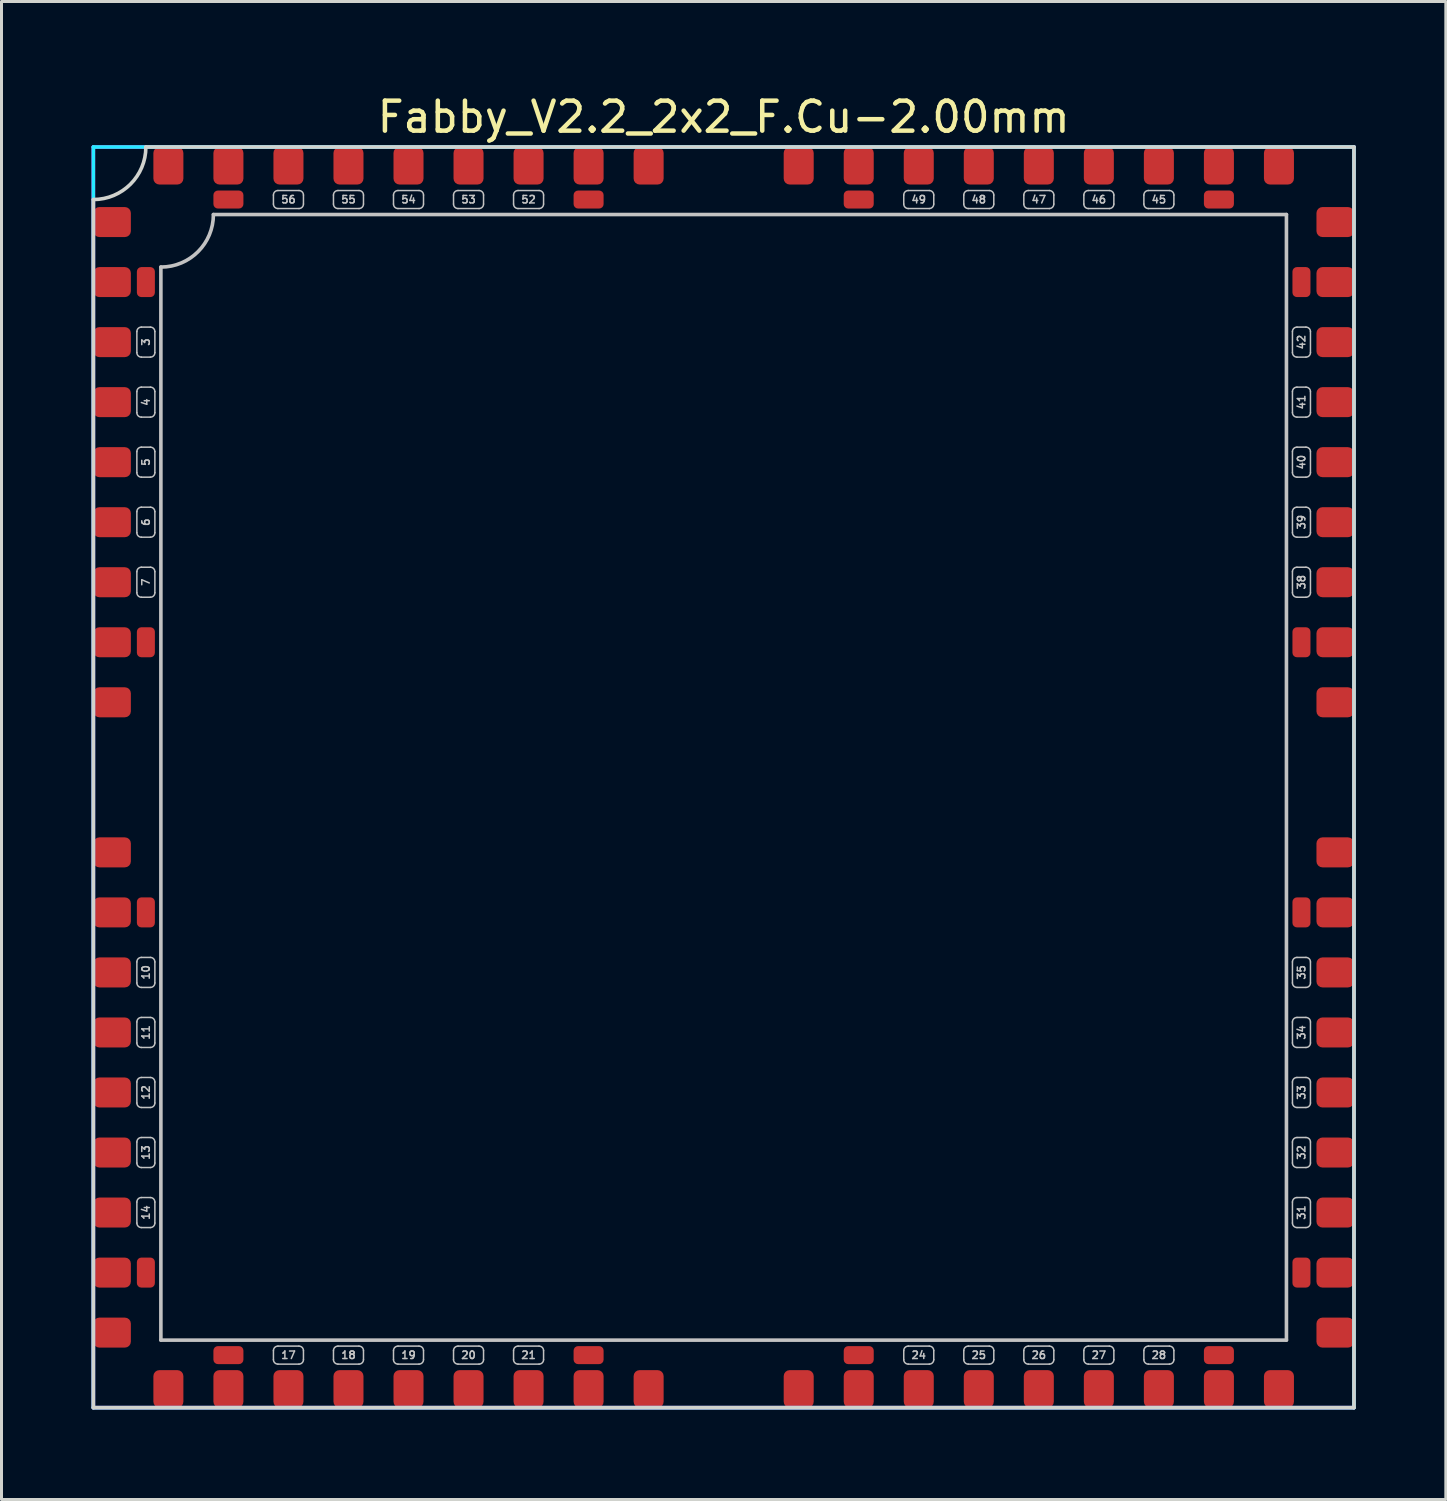
<source format=kicad_pcb>
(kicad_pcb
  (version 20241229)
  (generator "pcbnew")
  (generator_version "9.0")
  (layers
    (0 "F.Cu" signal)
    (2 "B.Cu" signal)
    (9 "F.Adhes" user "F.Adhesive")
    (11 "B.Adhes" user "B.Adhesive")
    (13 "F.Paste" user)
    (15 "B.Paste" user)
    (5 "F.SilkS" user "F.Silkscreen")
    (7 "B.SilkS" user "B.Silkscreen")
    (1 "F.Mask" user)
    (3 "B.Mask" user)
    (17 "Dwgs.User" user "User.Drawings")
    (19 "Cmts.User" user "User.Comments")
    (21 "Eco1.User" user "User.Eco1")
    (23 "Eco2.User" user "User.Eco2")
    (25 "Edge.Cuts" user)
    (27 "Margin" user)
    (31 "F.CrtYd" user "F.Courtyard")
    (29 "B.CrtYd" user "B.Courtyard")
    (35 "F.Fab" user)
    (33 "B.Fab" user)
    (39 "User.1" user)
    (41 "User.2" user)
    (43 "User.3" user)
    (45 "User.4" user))
  (footprint "Fabby_V2.2_2x2_F.Cu-2.00mm"
    (layer "F.Cu")
    (at 21.06 22.848)
    (property "Reference" "Fabby_V2.2_2x2_F.Cu-2.00mm" (at 0 -22 0) (layer "F.SilkS") (effects (font (size 1 1) (thickness 0.15))))
    (attr through_hole)
    (fp_line (start -19.55 -14.15) (end -19.55 -14.85) (stroke (width 0.05) (type solid)) (layer "Dwgs.User"))
    (fp_line (start -19.55 -12.15) (end -19.55 -12.85) (stroke (width 0.05) (type solid)) (layer "Dwgs.User"))
    (fp_line (start -19.55 -10.15) (end -19.55 -10.85) (stroke (width 0.05) (type solid)) (layer "Dwgs.User"))
    (fp_line (start -19.55 -8.15) (end -19.55 -8.85) (stroke (width 0.05) (type solid)) (layer "Dwgs.User"))
    (fp_line (start -19.55 -6.15) (end -19.55 -6.85) (stroke (width 0.05) (type solid)) (layer "Dwgs.User"))
    (fp_line (start -19.55 6.15) (end -19.55 6.85) (stroke (width 0.05) (type solid)) (layer "Dwgs.User"))
    (fp_line (start -19.55 8.15) (end -19.55 8.85) (stroke (width 0.05) (type solid)) (layer "Dwgs.User"))
    (fp_line (start -19.55 10.15) (end -19.55 10.85) (stroke (width 0.05) (type solid)) (layer "Dwgs.User"))
    (fp_line (start -19.55 12.15) (end -19.55 12.85) (stroke (width 0.05) (type solid)) (layer "Dwgs.User"))
    (fp_line (start -19.55 14.15) (end -19.55 14.85) (stroke (width 0.05) (type solid)) (layer "Dwgs.User"))
    (fp_line (start -19.4 -15) (end -19.1 -15) (stroke (width 0.05) (type solid)) (layer "Dwgs.User"))
    (fp_line (start -19.4 -14) (end -19.1 -14) (stroke (width 0.05) (type solid)) (layer "Dwgs.User"))
    (fp_line (start -19.4 -13) (end -19.1 -13) (stroke (width 0.05) (type solid)) (layer "Dwgs.User"))
    (fp_line (start -19.4 -12) (end -19.1 -12) (stroke (width 0.05) (type solid)) (layer "Dwgs.User"))
    (fp_line (start -19.4 -11) (end -19.1 -11) (stroke (width 0.05) (type solid)) (layer "Dwgs.User"))
    (fp_line (start -19.4 -10) (end -19.1 -10) (stroke (width 0.05) (type solid)) (layer "Dwgs.User"))
    (fp_line (start -19.4 -9) (end -19.1 -9) (stroke (width 0.05) (type solid)) (layer "Dwgs.User"))
    (fp_line (start -19.4 -8) (end -19.1 -8) (stroke (width 0.05) (type solid)) (layer "Dwgs.User"))
    (fp_line (start -19.4 -7) (end -19.1 -7) (stroke (width 0.05) (type solid)) (layer "Dwgs.User"))
    (fp_line (start -19.4 -6) (end -19.1 -6) (stroke (width 0.05) (type solid)) (layer "Dwgs.User"))
    (fp_line (start -19.1 6) (end -19.4 6) (stroke (width 0.05) (type solid)) (layer "Dwgs.User"))
    (fp_line (start -19.1 7) (end -19.4 7) (stroke (width 0.05) (type solid)) (layer "Dwgs.User"))
    (fp_line (start -19.1 8) (end -19.4 8) (stroke (width 0.05) (type solid)) (layer "Dwgs.User"))
    (fp_line (start -19.1 9) (end -19.4 9) (stroke (width 0.05) (type solid)) (layer "Dwgs.User"))
    (fp_line (start -19.1 10) (end -19.4 10) (stroke (width 0.05) (type solid)) (layer "Dwgs.User"))
    (fp_line (start -19.1 11) (end -19.4 11) (stroke (width 0.05) (type solid)) (layer "Dwgs.User"))
    (fp_line (start -19.1 12) (end -19.4 12) (stroke (width 0.05) (type solid)) (layer "Dwgs.User"))
    (fp_line (start -19.1 13) (end -19.4 13) (stroke (width 0.05) (type solid)) (layer "Dwgs.User"))
    (fp_line (start -19.1 14) (end -19.4 14) (stroke (width 0.05) (type solid)) (layer "Dwgs.User"))
    (fp_line (start -19.1 15) (end -19.4 15) (stroke (width 0.05) (type solid)) (layer "Dwgs.User"))
    (fp_line (start -18.95 -14.15) (end -18.95 -14.85) (stroke (width 0.05) (type solid)) (layer "Dwgs.User"))
    (fp_line (start -18.95 -12.15) (end -18.95 -12.85) (stroke (width 0.05) (type solid)) (layer "Dwgs.User"))
    (fp_line (start -18.95 -10.15) (end -18.95 -10.85) (stroke (width 0.05) (type solid)) (layer "Dwgs.User"))
    (fp_line (start -18.95 -8.15) (end -18.95 -8.85) (stroke (width 0.05) (type solid)) (layer "Dwgs.User"))
    (fp_line (start -18.95 -6.15) (end -18.95 -6.85) (stroke (width 0.05) (type solid)) (layer "Dwgs.User"))
    (fp_line (start -18.95 6.15) (end -18.95 6.85) (stroke (width 0.05) (type solid)) (layer "Dwgs.User"))
    (fp_line (start -18.95 8.15) (end -18.95 8.85) (stroke (width 0.05) (type solid)) (layer "Dwgs.User"))
    (fp_line (start -18.95 10.15) (end -18.95 10.85) (stroke (width 0.05) (type solid)) (layer "Dwgs.User"))
    (fp_line (start -18.95 12.15) (end -18.95 12.85) (stroke (width 0.05) (type solid)) (layer "Dwgs.User"))
    (fp_line (start -18.95 14.15) (end -18.95 14.85) (stroke (width 0.05) (type solid)) (layer "Dwgs.User"))
    (fp_line (start -18.75 18.75) (end -18.75 -17) (stroke (width 0.12) (type solid)) (layer "Dwgs.User"))
    (fp_line (start -17 -18.75) (end 18.75 -18.75) (stroke (width 0.12) (type solid)) (layer "Dwgs.User"))
    (fp_line (start -15 -19.1) (end -15 -19.4) (stroke (width 0.05) (type solid)) (layer "Dwgs.User"))
    (fp_line (start -15 19.4) (end -15 19.1) (stroke (width 0.05) (type solid)) (layer "Dwgs.User"))
    (fp_line (start -14.15 -19.55) (end -14.85 -19.55) (stroke (width 0.05) (type solid)) (layer "Dwgs.User"))
    (fp_line (start -14.15 -18.95) (end -14.85 -18.95) (stroke (width 0.05) (type solid)) (layer "Dwgs.User"))
    (fp_line (start -14.15 18.95) (end -14.85 18.95) (stroke (width 0.05) (type solid)) (layer "Dwgs.User"))
    (fp_line (start -14.15 19.55) (end -14.85 19.55) (stroke (width 0.05) (type solid)) (layer "Dwgs.User"))
    (fp_line (start -14 -19.1) (end -14 -19.4) (stroke (width 0.05) (type solid)) (layer "Dwgs.User"))
    (fp_line (start -14 19.4) (end -14 19.1) (stroke (width 0.05) (type solid)) (layer "Dwgs.User"))
    (fp_line (start -13 -19.1) (end -13 -19.4) (stroke (width 0.05) (type solid)) (layer "Dwgs.User"))
    (fp_line (start -13 19.4) (end -13 19.1) (stroke (width 0.05) (type solid)) (layer "Dwgs.User"))
    (fp_line (start -12.15 -19.55) (end -12.85 -19.55) (stroke (width 0.05) (type solid)) (layer "Dwgs.User"))
    (fp_line (start -12.15 -18.95) (end -12.85 -18.95) (stroke (width 0.05) (type solid)) (layer "Dwgs.User"))
    (fp_line (start -12.15 18.95) (end -12.85 18.95) (stroke (width 0.05) (type solid)) (layer "Dwgs.User"))
    (fp_line (start -12.15 19.55) (end -12.85 19.55) (stroke (width 0.05) (type solid)) (layer "Dwgs.User"))
    (fp_line (start -12 -19.1) (end -12 -19.4) (stroke (width 0.05) (type solid)) (layer "Dwgs.User"))
    (fp_line (start -12 19.4) (end -12 19.1) (stroke (width 0.05) (type solid)) (layer "Dwgs.User"))
    (fp_line (start -11 -19.1) (end -11 -19.4) (stroke (width 0.05) (type solid)) (layer "Dwgs.User"))
    (fp_line (start -11 19.4) (end -11 19.1) (stroke (width 0.05) (type solid)) (layer "Dwgs.User"))
    (fp_line (start -10.15 -19.55) (end -10.85 -19.55) (stroke (width 0.05) (type solid)) (layer "Dwgs.User"))
    (fp_line (start -10.15 -18.95) (end -10.85 -18.95) (stroke (width 0.05) (type solid)) (layer "Dwgs.User"))
    (fp_line (start -10.15 18.95) (end -10.85 18.95) (stroke (width 0.05) (type solid)) (layer "Dwgs.User"))
    (fp_line (start -10.15 19.55) (end -10.85 19.55) (stroke (width 0.05) (type solid)) (layer "Dwgs.User"))
    (fp_line (start -10 -19.1) (end -10 -19.4) (stroke (width 0.05) (type solid)) (layer "Dwgs.User"))
    (fp_line (start -10 19.4) (end -10 19.1) (stroke (width 0.05) (type solid)) (layer "Dwgs.User"))
    (fp_line (start -9 -19.1) (end -9 -19.4) (stroke (width 0.05) (type solid)) (layer "Dwgs.User"))
    (fp_line (start -9 19.4) (end -9 19.1) (stroke (width 0.05) (type solid)) (layer "Dwgs.User"))
    (fp_line (start -8.15 -19.55) (end -8.85 -19.55) (stroke (width 0.05) (type solid)) (layer "Dwgs.User"))
    (fp_line (start -8.15 -18.95) (end -8.85 -18.95) (stroke (width 0.05) (type solid)) (layer "Dwgs.User"))
    (fp_line (start -8.15 18.95) (end -8.85 18.95) (stroke (width 0.05) (type solid)) (layer "Dwgs.User"))
    (fp_line (start -8.15 19.55) (end -8.85 19.55) (stroke (width 0.05) (type solid)) (layer "Dwgs.User"))
    (fp_line (start -8 -19.1) (end -8 -19.4) (stroke (width 0.05) (type solid)) (layer "Dwgs.User"))
    (fp_line (start -8 19.4) (end -8 19.1) (stroke (width 0.05) (type solid)) (layer "Dwgs.User"))
    (fp_line (start -7 -19.1) (end -7 -19.4) (stroke (width 0.05) (type solid)) (layer "Dwgs.User"))
    (fp_line (start -7 19.4) (end -7 19.1) (stroke (width 0.05) (type solid)) (layer "Dwgs.User"))
    (fp_line (start -6.15 -19.55) (end -6.85 -19.55) (stroke (width 0.05) (type solid)) (layer "Dwgs.User"))
    (fp_line (start -6.15 -18.95) (end -6.85 -18.95) (stroke (width 0.05) (type solid)) (layer "Dwgs.User"))
    (fp_line (start -6.15 18.95) (end -6.85 18.95) (stroke (width 0.05) (type solid)) (layer "Dwgs.User"))
    (fp_line (start -6.15 19.55) (end -6.85 19.55) (stroke (width 0.05) (type solid)) (layer "Dwgs.User"))
    (fp_line (start -6 -19.1) (end -6 -19.4) (stroke (width 0.05) (type solid)) (layer "Dwgs.User"))
    (fp_line (start -6 19.4) (end -6 19.1) (stroke (width 0.05) (type solid)) (layer "Dwgs.User"))
    (fp_line (start 6 -19.1) (end 6 -19.4) (stroke (width 0.05) (type solid)) (layer "Dwgs.User"))
    (fp_line (start 6 19.4) (end 6 19.1) (stroke (width 0.05) (type solid)) (layer "Dwgs.User"))
    (fp_line (start 6.85 -19.55) (end 6.15 -19.55) (stroke (width 0.05) (type solid)) (layer "Dwgs.User"))
    (fp_line (start 6.85 -18.95) (end 6.15 -18.95) (stroke (width 0.05) (type solid)) (layer "Dwgs.User"))
    (fp_line (start 6.85 18.95) (end 6.15 18.95) (stroke (width 0.05) (type solid)) (layer "Dwgs.User"))
    (fp_line (start 6.85 19.55) (end 6.15 19.55) (stroke (width 0.05) (type solid)) (layer "Dwgs.User"))
    (fp_line (start 7 -19.1) (end 7 -19.4) (stroke (width 0.05) (type solid)) (layer "Dwgs.User"))
    (fp_line (start 7 19.4) (end 7 19.1) (stroke (width 0.05) (type solid)) (layer "Dwgs.User"))
    (fp_line (start 8 -19.1) (end 8 -19.4) (stroke (width 0.05) (type solid)) (layer "Dwgs.User"))
    (fp_line (start 8 19.4) (end 8 19.1) (stroke (width 0.05) (type solid)) (layer "Dwgs.User"))
    (fp_line (start 8.85 -19.55) (end 8.15 -19.55) (stroke (width 0.05) (type solid)) (layer "Dwgs.User"))
    (fp_line (start 8.85 -18.95) (end 8.15 -18.95) (stroke (width 0.05) (type solid)) (layer "Dwgs.User"))
    (fp_line (start 8.85 18.95) (end 8.15 18.95) (stroke (width 0.05) (type solid)) (layer "Dwgs.User"))
    (fp_line (start 8.85 19.55) (end 8.15 19.55) (stroke (width 0.05) (type solid)) (layer "Dwgs.User"))
    (fp_line (start 9 -19.1) (end 9 -19.4) (stroke (width 0.05) (type solid)) (layer "Dwgs.User"))
    (fp_line (start 9 19.4) (end 9 19.1) (stroke (width 0.05) (type solid)) (layer "Dwgs.User"))
    (fp_line (start 10 -19.1) (end 10 -19.4) (stroke (width 0.05) (type solid)) (layer "Dwgs.User"))
    (fp_line (start 10 19.4) (end 10 19.1) (stroke (width 0.05) (type solid)) (layer "Dwgs.User"))
    (fp_line (start 10.85 -19.55) (end 10.15 -19.55) (stroke (width 0.05) (type solid)) (layer "Dwgs.User"))
    (fp_line (start 10.85 -18.95) (end 10.15 -18.95) (stroke (width 0.05) (type solid)) (layer "Dwgs.User"))
    (fp_line (start 10.85 18.95) (end 10.15 18.95) (stroke (width 0.05) (type solid)) (layer "Dwgs.User"))
    (fp_line (start 10.85 19.55) (end 10.15 19.55) (stroke (width 0.05) (type solid)) (layer "Dwgs.User"))
    (fp_line (start 11 -19.1) (end 11 -19.4) (stroke (width 0.05) (type solid)) (layer "Dwgs.User"))
    (fp_line (start 11 19.4) (end 11 19.1) (stroke (width 0.05) (type solid)) (layer "Dwgs.User"))
    (fp_line (start 12 -19.1) (end 12 -19.4) (stroke (width 0.05) (type solid)) (layer "Dwgs.User"))
    (fp_line (start 12 19.4) (end 12 19.1) (stroke (width 0.05) (type solid)) (layer "Dwgs.User"))
    (fp_line (start 12.85 -19.55) (end 12.15 -19.55) (stroke (width 0.05) (type solid)) (layer "Dwgs.User"))
    (fp_line (start 12.85 -18.95) (end 12.15 -18.95) (stroke (width 0.05) (type solid)) (layer "Dwgs.User"))
    (fp_line (start 12.85 18.95) (end 12.15 18.95) (stroke (width 0.05) (type solid)) (layer "Dwgs.User"))
    (fp_line (start 12.85 19.55) (end 12.15 19.55) (stroke (width 0.05) (type solid)) (layer "Dwgs.User"))
    (fp_line (start 13 -19.1) (end 13 -19.4) (stroke (width 0.05) (type solid)) (layer "Dwgs.User"))
    (fp_line (start 13 19.4) (end 13 19.1) (stroke (width 0.05) (type solid)) (layer "Dwgs.User"))
    (fp_line (start 14 -19.1) (end 14 -19.4) (stroke (width 0.05) (type solid)) (layer "Dwgs.User"))
    (fp_line (start 14 19.4) (end 14 19.1) (stroke (width 0.05) (type solid)) (layer "Dwgs.User"))
    (fp_line (start 14.85 -19.55) (end 14.15 -19.55) (stroke (width 0.05) (type solid)) (layer "Dwgs.User"))
    (fp_line (start 14.85 -18.95) (end 14.15 -18.95) (stroke (width 0.05) (type solid)) (layer "Dwgs.User"))
    (fp_line (start 14.85 18.95) (end 14.15 18.95) (stroke (width 0.05) (type solid)) (layer "Dwgs.User"))
    (fp_line (start 14.85 19.55) (end 14.15 19.55) (stroke (width 0.05) (type solid)) (layer "Dwgs.User"))
    (fp_line (start 15 -19.1) (end 15 -19.4) (stroke (width 0.05) (type solid)) (layer "Dwgs.User"))
    (fp_line (start 15 19.4) (end 15 19.1) (stroke (width 0.05) (type solid)) (layer "Dwgs.User"))
    (fp_line (start 18.75 -18.75) (end 18.75 18.75) (stroke (width 0.12) (type solid)) (layer "Dwgs.User"))
    (fp_line (start 18.75 18.75) (end -18.75 18.75) (stroke (width 0.12) (type solid)) (layer "Dwgs.User"))
    (fp_line (start 18.95 -14.85) (end 18.95 -14.15) (stroke (width 0.05) (type solid)) (layer "Dwgs.User"))
    (fp_line (start 18.95 -12.85) (end 18.95 -12.15) (stroke (width 0.05) (type solid)) (layer "Dwgs.User"))
    (fp_line (start 18.95 -10.85) (end 18.95 -10.15) (stroke (width 0.05) (type solid)) (layer "Dwgs.User"))
    (fp_line (start 18.95 -8.85) (end 18.95 -8.15) (stroke (width 0.05) (type solid)) (layer "Dwgs.User"))
    (fp_line (start 18.95 -6.85) (end 18.95 -6.15) (stroke (width 0.05) (type solid)) (layer "Dwgs.User"))
    (fp_line (start 18.95 6.85) (end 18.95 6.15) (stroke (width 0.05) (type solid)) (layer "Dwgs.User"))
    (fp_line (start 18.95 8.85) (end 18.95 8.15) (stroke (width 0.05) (type solid)) (layer "Dwgs.User"))
    (fp_line (start 18.95 10.85) (end 18.95 10.15) (stroke (width 0.05) (type solid)) (layer "Dwgs.User"))
    (fp_line (start 18.95 12.85) (end 18.95 12.15) (stroke (width 0.05) (type solid)) (layer "Dwgs.User"))
    (fp_line (start 18.95 14.85) (end 18.95 14.15) (stroke (width 0.05) (type solid)) (layer "Dwgs.User"))
    (fp_line (start 19.1 6) (end 19.4 6) (stroke (width 0.05) (type solid)) (layer "Dwgs.User"))
    (fp_line (start 19.1 7) (end 19.4 7) (stroke (width 0.05) (type solid)) (layer "Dwgs.User"))
    (fp_line (start 19.1 8) (end 19.4 8) (stroke (width 0.05) (type solid)) (layer "Dwgs.User"))
    (fp_line (start 19.1 9) (end 19.4 9) (stroke (width 0.05) (type solid)) (layer "Dwgs.User"))
    (fp_line (start 19.1 10) (end 19.4 10) (stroke (width 0.05) (type solid)) (layer "Dwgs.User"))
    (fp_line (start 19.1 11) (end 19.4 11) (stroke (width 0.05) (type solid)) (layer "Dwgs.User"))
    (fp_line (start 19.1 12) (end 19.4 12) (stroke (width 0.05) (type solid)) (layer "Dwgs.User"))
    (fp_line (start 19.1 13) (end 19.4 13) (stroke (width 0.05) (type solid)) (layer "Dwgs.User"))
    (fp_line (start 19.1 14) (end 19.4 14) (stroke (width 0.05) (type solid)) (layer "Dwgs.User"))
    (fp_line (start 19.1 15) (end 19.4 15) (stroke (width 0.05) (type solid)) (layer "Dwgs.User"))
    (fp_line (start 19.4 -15) (end 19.1 -15) (stroke (width 0.05) (type solid)) (layer "Dwgs.User"))
    (fp_line (start 19.4 -14) (end 19.1 -14) (stroke (width 0.05) (type solid)) (layer "Dwgs.User"))
    (fp_line (start 19.4 -13) (end 19.1 -13) (stroke (width 0.05) (type solid)) (layer "Dwgs.User"))
    (fp_line (start 19.4 -12) (end 19.1 -12) (stroke (width 0.05) (type solid)) (layer "Dwgs.User"))
    (fp_line (start 19.4 -11) (end 19.1 -11) (stroke (width 0.05) (type solid)) (layer "Dwgs.User"))
    (fp_line (start 19.4 -10) (end 19.1 -10) (stroke (width 0.05) (type solid)) (layer "Dwgs.User"))
    (fp_line (start 19.4 -9) (end 19.1 -9) (stroke (width 0.05) (type solid)) (layer "Dwgs.User"))
    (fp_line (start 19.4 -8) (end 19.1 -8) (stroke (width 0.05) (type solid)) (layer "Dwgs.User"))
    (fp_line (start 19.4 -7) (end 19.1 -7) (stroke (width 0.05) (type solid)) (layer "Dwgs.User"))
    (fp_line (start 19.4 -6) (end 19.1 -6) (stroke (width 0.05) (type solid)) (layer "Dwgs.User"))
    (fp_line (start 19.55 -14.85) (end 19.55 -14.15) (stroke (width 0.05) (type solid)) (layer "Dwgs.User"))
    (fp_line (start 19.55 -12.85) (end 19.55 -12.15) (stroke (width 0.05) (type solid)) (layer "Dwgs.User"))
    (fp_line (start 19.55 -10.85) (end 19.55 -10.15) (stroke (width 0.05) (type solid)) (layer "Dwgs.User"))
    (fp_line (start 19.55 -8.85) (end 19.55 -8.15) (stroke (width 0.05) (type solid)) (layer "Dwgs.User"))
    (fp_line (start 19.55 -6.85) (end 19.55 -6.15) (stroke (width 0.05) (type solid)) (layer "Dwgs.User"))
    (fp_line (start 19.55 6.85) (end 19.55 6.15) (stroke (width 0.05) (type solid)) (layer "Dwgs.User"))
    (fp_line (start 19.55 8.85) (end 19.55 8.15) (stroke (width 0.05) (type solid)) (layer "Dwgs.User"))
    (fp_line (start 19.55 10.85) (end 19.55 10.15) (stroke (width 0.05) (type solid)) (layer "Dwgs.User"))
    (fp_line (start 19.55 12.85) (end 19.55 12.15) (stroke (width 0.05) (type solid)) (layer "Dwgs.User"))
    (fp_line (start 19.55 14.85) (end 19.55 14.15) (stroke (width 0.05) (type solid)) (layer "Dwgs.User"))
    (fp_arc (start -19.55 -14.85) (mid -19.506066 -14.956066) (end -19.4 -15) (stroke (width 0.05) (type solid)) (layer "Dwgs.User"))
    (fp_arc (start -19.55 -12.85) (mid -19.506066 -12.956066) (end -19.4 -13) (stroke (width 0.05) (type solid)) (layer "Dwgs.User"))
    (fp_arc (start -19.55 -10.85) (mid -19.506066 -10.956066) (end -19.4 -11) (stroke (width 0.05) (type solid)) (layer "Dwgs.User"))
    (fp_arc (start -19.55 -8.85) (mid -19.506066 -8.956066) (end -19.4 -9) (stroke (width 0.05) (type solid)) (layer "Dwgs.User"))
    (fp_arc (start -19.55 -6.85) (mid -19.506066 -6.956066) (end -19.4 -7) (stroke (width 0.05) (type solid)) (layer "Dwgs.User"))
    (fp_arc (start -19.55 6.15) (mid -19.506066 6.043934) (end -19.4 6) (stroke (width 0.05) (type solid)) (layer "Dwgs.User"))
    (fp_arc (start -19.55 8.15) (mid -19.506066 8.043934) (end -19.4 8) (stroke (width 0.05) (type solid)) (layer "Dwgs.User"))
    (fp_arc (start -19.55 10.15) (mid -19.506066 10.043934) (end -19.4 10) (stroke (width 0.05) (type solid)) (layer "Dwgs.User"))
    (fp_arc (start -19.55 12.15) (mid -19.506066 12.043934) (end -19.4 12) (stroke (width 0.05) (type solid)) (layer "Dwgs.User"))
    (fp_arc (start -19.55 14.15) (mid -19.506066 14.043934) (end -19.4 14) (stroke (width 0.05) (type solid)) (layer "Dwgs.User"))
    (fp_arc (start -19.4 -14) (mid -19.506066 -14.043934) (end -19.55 -14.15) (stroke (width 0.05) (type solid)) (layer "Dwgs.User"))
    (fp_arc (start -19.4 -12) (mid -19.506066 -12.043934) (end -19.55 -12.15) (stroke (width 0.05) (type solid)) (layer "Dwgs.User"))
    (fp_arc (start -19.4 -10) (mid -19.506066 -10.043934) (end -19.55 -10.15) (stroke (width 0.05) (type solid)) (layer "Dwgs.User"))
    (fp_arc (start -19.4 -8) (mid -19.506066 -8.043934) (end -19.55 -8.15) (stroke (width 0.05) (type solid)) (layer "Dwgs.User"))
    (fp_arc (start -19.4 -6) (mid -19.506066 -6.043934) (end -19.55 -6.15) (stroke (width 0.05) (type solid)) (layer "Dwgs.User"))
    (fp_arc (start -19.4 7) (mid -19.506066 6.956066) (end -19.55 6.85) (stroke (width 0.05) (type solid)) (layer "Dwgs.User"))
    (fp_arc (start -19.4 9) (mid -19.506066 8.956066) (end -19.55 8.85) (stroke (width 0.05) (type solid)) (layer "Dwgs.User"))
    (fp_arc (start -19.4 11) (mid -19.506066 10.956066) (end -19.55 10.85) (stroke (width 0.05) (type solid)) (layer "Dwgs.User"))
    (fp_arc (start -19.4 13) (mid -19.506066 12.956066) (end -19.55 12.85) (stroke (width 0.05) (type solid)) (layer "Dwgs.User"))
    (fp_arc (start -19.4 15) (mid -19.506066 14.956066) (end -19.55 14.85) (stroke (width 0.05) (type solid)) (layer "Dwgs.User"))
    (fp_arc (start -19.1 -15) (mid -18.993934 -14.956066) (end -18.95 -14.85) (stroke (width 0.05) (type solid)) (layer "Dwgs.User"))
    (fp_arc (start -19.1 -13) (mid -18.993934 -12.956066) (end -18.95 -12.85) (stroke (width 0.05) (type solid)) (layer "Dwgs.User"))
    (fp_arc (start -19.1 -11) (mid -18.993934 -10.956066) (end -18.95 -10.85) (stroke (width 0.05) (type solid)) (layer "Dwgs.User"))
    (fp_arc (start -19.1 -9) (mid -18.993934 -8.956066) (end -18.95 -8.85) (stroke (width 0.05) (type solid)) (layer "Dwgs.User"))
    (fp_arc (start -19.1 -7) (mid -18.993934 -6.956066) (end -18.95 -6.85) (stroke (width 0.05) (type solid)) (layer "Dwgs.User"))
    (fp_arc (start -19.1 6) (mid -18.993934 6.043934) (end -18.95 6.15) (stroke (width 0.05) (type solid)) (layer "Dwgs.User"))
    (fp_arc (start -19.1 8) (mid -18.993934 8.043934) (end -18.95 8.15) (stroke (width 0.05) (type solid)) (layer "Dwgs.User"))
    (fp_arc (start -19.1 10) (mid -18.993934 10.043934) (end -18.95 10.15) (stroke (width 0.05) (type solid)) (layer "Dwgs.User"))
    (fp_arc (start -19.1 12) (mid -18.993934 12.043934) (end -18.95 12.15) (stroke (width 0.05) (type solid)) (layer "Dwgs.User"))
    (fp_arc (start -19.1 14) (mid -18.993934 14.043934) (end -18.95 14.15) (stroke (width 0.05) (type solid)) (layer "Dwgs.User"))
    (fp_arc (start -18.95 -14.15) (mid -18.993934 -14.043934) (end -19.1 -14) (stroke (width 0.05) (type solid)) (layer "Dwgs.User"))
    (fp_arc (start -18.95 -12.15) (mid -18.993934 -12.043934) (end -19.1 -12) (stroke (width 0.05) (type solid)) (layer "Dwgs.User"))
    (fp_arc (start -18.95 -10.15) (mid -18.993934 -10.043934) (end -19.1 -10) (stroke (width 0.05) (type solid)) (layer "Dwgs.User"))
    (fp_arc (start -18.95 -8.15) (mid -18.993934 -8.043934) (end -19.1 -8) (stroke (width 0.05) (type solid)) (layer "Dwgs.User"))
    (fp_arc (start -18.95 -6.15) (mid -18.993934 -6.043934) (end -19.1 -6) (stroke (width 0.05) (type solid)) (layer "Dwgs.User"))
    (fp_arc (start -18.95 6.85) (mid -18.993934 6.956066) (end -19.1 7) (stroke (width 0.05) (type solid)) (layer "Dwgs.User"))
    (fp_arc (start -18.95 8.85) (mid -18.993934 8.956066) (end -19.1 9) (stroke (width 0.05) (type solid)) (layer "Dwgs.User"))
    (fp_arc (start -18.95 10.85) (mid -18.993934 10.956066) (end -19.1 11) (stroke (width 0.05) (type solid)) (layer "Dwgs.User"))
    (fp_arc (start -18.95 12.85) (mid -18.993934 12.956066) (end -19.1 13) (stroke (width 0.05) (type solid)) (layer "Dwgs.User"))
    (fp_arc (start -18.95 14.85) (mid -18.993934 14.956066) (end -19.1 15) (stroke (width 0.05) (type solid)) (layer "Dwgs.User"))
    (fp_arc (start -17 -18.75) (mid -17.512563 -17.512563) (end -18.75 -17) (stroke (width 0.12) (type solid)) (layer "Dwgs.User"))
    (fp_arc (start -15 -19.4) (mid -14.956066 -19.506066) (end -14.85 -19.55) (stroke (width 0.05) (type solid)) (layer "Dwgs.User"))
    (fp_arc (start -15 19.1) (mid -14.956066 18.993934) (end -14.85 18.95) (stroke (width 0.05) (type solid)) (layer "Dwgs.User"))
    (fp_arc (start -14.85 -18.95) (mid -14.956066 -18.993934) (end -15 -19.1) (stroke (width 0.05) (type solid)) (layer "Dwgs.User"))
    (fp_arc (start -14.85 19.55) (mid -14.956066 19.506066) (end -15 19.4) (stroke (width 0.05) (type solid)) (layer "Dwgs.User"))
    (fp_arc (start -14.15 -19.55) (mid -14.043934 -19.506066) (end -14 -19.4) (stroke (width 0.05) (type solid)) (layer "Dwgs.User"))
    (fp_arc (start -14.15 18.95) (mid -14.043934 18.993934) (end -14 19.1) (stroke (width 0.05) (type solid)) (layer "Dwgs.User"))
    (fp_arc (start -14 -19.1) (mid -14.043934 -18.993934) (end -14.15 -18.95) (stroke (width 0.05) (type solid)) (layer "Dwgs.User"))
    (fp_arc (start -14 19.4) (mid -14.043934 19.506066) (end -14.15 19.55) (stroke (width 0.05) (type solid)) (layer "Dwgs.User"))
    (fp_arc (start -13 -19.4) (mid -12.956066 -19.506066) (end -12.85 -19.55) (stroke (width 0.05) (type solid)) (layer "Dwgs.User"))
    (fp_arc (start -13 19.1) (mid -12.956066 18.993934) (end -12.85 18.95) (stroke (width 0.05) (type solid)) (layer "Dwgs.User"))
    (fp_arc (start -12.85 -18.95) (mid -12.956066 -18.993934) (end -13 -19.1) (stroke (width 0.05) (type solid)) (layer "Dwgs.User"))
    (fp_arc (start -12.85 19.55) (mid -12.956066 19.506066) (end -13 19.4) (stroke (width 0.05) (type solid)) (layer "Dwgs.User"))
    (fp_arc (start -12.15 -19.55) (mid -12.043934 -19.506066) (end -12 -19.4) (stroke (width 0.05) (type solid)) (layer "Dwgs.User"))
    (fp_arc (start -12.15 18.95) (mid -12.043934 18.993934) (end -12 19.1) (stroke (width 0.05) (type solid)) (layer "Dwgs.User"))
    (fp_arc (start -12 -19.1) (mid -12.043934 -18.993934) (end -12.15 -18.95) (stroke (width 0.05) (type solid)) (layer "Dwgs.User"))
    (fp_arc (start -12 19.4) (mid -12.043934 19.506066) (end -12.15 19.55) (stroke (width 0.05) (type solid)) (layer "Dwgs.User"))
    (fp_arc (start -11 -19.4) (mid -10.956066 -19.506066) (end -10.85 -19.55) (stroke (width 0.05) (type solid)) (layer "Dwgs.User"))
    (fp_arc (start -11 19.1) (mid -10.956066 18.993934) (end -10.85 18.95) (stroke (width 0.05) (type solid)) (layer "Dwgs.User"))
    (fp_arc (start -10.85 -18.95) (mid -10.956066 -18.993934) (end -11 -19.1) (stroke (width 0.05) (type solid)) (layer "Dwgs.User"))
    (fp_arc (start -10.85 19.55) (mid -10.956066 19.506066) (end -11 19.4) (stroke (width 0.05) (type solid)) (layer "Dwgs.User"))
    (fp_arc (start -10.15 -19.55) (mid -10.043934 -19.506066) (end -10 -19.4) (stroke (width 0.05) (type solid)) (layer "Dwgs.User"))
    (fp_arc (start -10.15 18.95) (mid -10.043934 18.993934) (end -10 19.1) (stroke (width 0.05) (type solid)) (layer "Dwgs.User"))
    (fp_arc (start -10 -19.1) (mid -10.043934 -18.993934) (end -10.15 -18.95) (stroke (width 0.05) (type solid)) (layer "Dwgs.User"))
    (fp_arc (start -10 19.4) (mid -10.043934 19.506066) (end -10.15 19.55) (stroke (width 0.05) (type solid)) (layer "Dwgs.User"))
    (fp_arc (start -9 -19.4) (mid -8.956066 -19.506066) (end -8.85 -19.55) (stroke (width 0.05) (type solid)) (layer "Dwgs.User"))
    (fp_arc (start -9 19.1) (mid -8.956066 18.993934) (end -8.85 18.95) (stroke (width 0.05) (type solid)) (layer "Dwgs.User"))
    (fp_arc (start -8.85 -18.95) (mid -8.956066 -18.993934) (end -9 -19.1) (stroke (width 0.05) (type solid)) (layer "Dwgs.User"))
    (fp_arc (start -8.85 19.55) (mid -8.956066 19.506066) (end -9 19.4) (stroke (width 0.05) (type solid)) (layer "Dwgs.User"))
    (fp_arc (start -8.15 -19.55) (mid -8.043934 -19.506066) (end -8 -19.4) (stroke (width 0.05) (type solid)) (layer "Dwgs.User"))
    (fp_arc (start -8.15 18.95) (mid -8.043934 18.993934) (end -8 19.1) (stroke (width 0.05) (type solid)) (layer "Dwgs.User"))
    (fp_arc (start -8 -19.1) (mid -8.043934 -18.993934) (end -8.15 -18.95) (stroke (width 0.05) (type solid)) (layer "Dwgs.User"))
    (fp_arc (start -8 19.4) (mid -8.043934 19.506066) (end -8.15 19.55) (stroke (width 0.05) (type solid)) (layer "Dwgs.User"))
    (fp_arc (start -7 -19.4) (mid -6.956066 -19.506066) (end -6.85 -19.55) (stroke (width 0.05) (type solid)) (layer "Dwgs.User"))
    (fp_arc (start -7 19.1) (mid -6.956066 18.993934) (end -6.85 18.95) (stroke (width 0.05) (type solid)) (layer "Dwgs.User"))
    (fp_arc (start -6.85 -18.95) (mid -6.956066 -18.993934) (end -7 -19.1) (stroke (width 0.05) (type solid)) (layer "Dwgs.User"))
    (fp_arc (start -6.85 19.55) (mid -6.956066 19.506066) (end -7 19.4) (stroke (width 0.05) (type solid)) (layer "Dwgs.User"))
    (fp_arc (start -6.15 -19.55) (mid -6.043934 -19.506066) (end -6 -19.4) (stroke (width 0.05) (type solid)) (layer "Dwgs.User"))
    (fp_arc (start -6.15 18.95) (mid -6.043934 18.993934) (end -6 19.1) (stroke (width 0.05) (type solid)) (layer "Dwgs.User"))
    (fp_arc (start -6 -19.1) (mid -6.043934 -18.993934) (end -6.15 -18.95) (stroke (width 0.05) (type solid)) (layer "Dwgs.User"))
    (fp_arc (start -6 19.4) (mid -6.043934 19.506066) (end -6.15 19.55) (stroke (width 0.05) (type solid)) (layer "Dwgs.User"))
    (fp_arc (start 6 -19.4) (mid 6.043934 -19.506066) (end 6.15 -19.55) (stroke (width 0.05) (type solid)) (layer "Dwgs.User"))
    (fp_arc (start 6 19.1) (mid 6.043934 18.993934) (end 6.15 18.95) (stroke (width 0.05) (type solid)) (layer "Dwgs.User"))
    (fp_arc (start 6.15 -18.95) (mid 6.043934 -18.993934) (end 6 -19.1) (stroke (width 0.05) (type solid)) (layer "Dwgs.User"))
    (fp_arc (start 6.15 19.55) (mid 6.043934 19.506066) (end 6 19.4) (stroke (width 0.05) (type solid)) (layer "Dwgs.User"))
    (fp_arc (start 6.85 -19.55) (mid 6.956066 -19.506066) (end 7 -19.4) (stroke (width 0.05) (type solid)) (layer "Dwgs.User"))
    (fp_arc (start 6.85 18.95) (mid 6.956066 18.993934) (end 7 19.1) (stroke (width 0.05) (type solid)) (layer "Dwgs.User"))
    (fp_arc (start 7 -19.1) (mid 6.956066 -18.993934) (end 6.85 -18.95) (stroke (width 0.05) (type solid)) (layer "Dwgs.User"))
    (fp_arc (start 7 19.4) (mid 6.956066 19.506066) (end 6.85 19.55) (stroke (width 0.05) (type solid)) (layer "Dwgs.User"))
    (fp_arc (start 8 -19.4) (mid 8.043934 -19.506066) (end 8.15 -19.55) (stroke (width 0.05) (type solid)) (layer "Dwgs.User"))
    (fp_arc (start 8 19.1) (mid 8.043934 18.993934) (end 8.15 18.95) (stroke (width 0.05) (type solid)) (layer "Dwgs.User"))
    (fp_arc (start 8.15 -18.95) (mid 8.043934 -18.993934) (end 8 -19.1) (stroke (width 0.05) (type solid)) (layer "Dwgs.User"))
    (fp_arc (start 8.15 19.55) (mid 8.043934 19.506066) (end 8 19.4) (stroke (width 0.05) (type solid)) (layer "Dwgs.User"))
    (fp_arc (start 8.85 -19.55) (mid 8.956066 -19.506066) (end 9 -19.4) (stroke (width 0.05) (type solid)) (layer "Dwgs.User"))
    (fp_arc (start 8.85 18.95) (mid 8.956066 18.993934) (end 9 19.1) (stroke (width 0.05) (type solid)) (layer "Dwgs.User"))
    (fp_arc (start 9 -19.1) (mid 8.956066 -18.993934) (end 8.85 -18.95) (stroke (width 0.05) (type solid)) (layer "Dwgs.User"))
    (fp_arc (start 9 19.4) (mid 8.956066 19.506066) (end 8.85 19.55) (stroke (width 0.05) (type solid)) (layer "Dwgs.User"))
    (fp_arc (start 10 -19.4) (mid 10.043934 -19.506066) (end 10.15 -19.55) (stroke (width 0.05) (type solid)) (layer "Dwgs.User"))
    (fp_arc (start 10 19.1) (mid 10.043934 18.993934) (end 10.15 18.95) (stroke (width 0.05) (type solid)) (layer "Dwgs.User"))
    (fp_arc (start 10.15 -18.95) (mid 10.043934 -18.993934) (end 10 -19.1) (stroke (width 0.05) (type solid)) (layer "Dwgs.User"))
    (fp_arc (start 10.15 19.55) (mid 10.043934 19.506066) (end 10 19.4) (stroke (width 0.05) (type solid)) (layer "Dwgs.User"))
    (fp_arc (start 10.85 -19.55) (mid 10.956066 -19.506066) (end 11 -19.4) (stroke (width 0.05) (type solid)) (layer "Dwgs.User"))
    (fp_arc (start 10.85 18.95) (mid 10.956066 18.993934) (end 11 19.1) (stroke (width 0.05) (type solid)) (layer "Dwgs.User"))
    (fp_arc (start 11 -19.1) (mid 10.956066 -18.993934) (end 10.85 -18.95) (stroke (width 0.05) (type solid)) (layer "Dwgs.User"))
    (fp_arc (start 11 19.4) (mid 10.956066 19.506066) (end 10.85 19.55) (stroke (width 0.05) (type solid)) (layer "Dwgs.User"))
    (fp_arc (start 12 -19.4) (mid 12.043934 -19.506066) (end 12.15 -19.55) (stroke (width 0.05) (type solid)) (layer "Dwgs.User"))
    (fp_arc (start 12 19.1) (mid 12.043934 18.993934) (end 12.15 18.95) (stroke (width 0.05) (type solid)) (layer "Dwgs.User"))
    (fp_arc (start 12.15 -18.95) (mid 12.043934 -18.993934) (end 12 -19.1) (stroke (width 0.05) (type solid)) (layer "Dwgs.User"))
    (fp_arc (start 12.15 19.55) (mid 12.043934 19.506066) (end 12 19.4) (stroke (width 0.05) (type solid)) (layer "Dwgs.User"))
    (fp_arc (start 12.85 -19.55) (mid 12.956066 -19.506066) (end 13 -19.4) (stroke (width 0.05) (type solid)) (layer "Dwgs.User"))
    (fp_arc (start 12.85 18.95) (mid 12.956066 18.993934) (end 13 19.1) (stroke (width 0.05) (type solid)) (layer "Dwgs.User"))
    (fp_arc (start 13 -19.1) (mid 12.956066 -18.993934) (end 12.85 -18.95) (stroke (width 0.05) (type solid)) (layer "Dwgs.User"))
    (fp_arc (start 13 19.4) (mid 12.956066 19.506066) (end 12.85 19.55) (stroke (width 0.05) (type solid)) (layer "Dwgs.User"))
    (fp_arc (start 14 -19.4) (mid 14.043934 -19.506066) (end 14.15 -19.55) (stroke (width 0.05) (type solid)) (layer "Dwgs.User"))
    (fp_arc (start 14 19.1) (mid 14.043934 18.993934) (end 14.15 18.95) (stroke (width 0.05) (type solid)) (layer "Dwgs.User"))
    (fp_arc (start 14.15 -18.95) (mid 14.043934 -18.993934) (end 14 -19.1) (stroke (width 0.05) (type solid)) (layer "Dwgs.User"))
    (fp_arc (start 14.15 19.55) (mid 14.043934 19.506066) (end 14 19.4) (stroke (width 0.05) (type solid)) (layer "Dwgs.User"))
    (fp_arc (start 14.85 -19.55) (mid 14.956066 -19.506066) (end 15 -19.4) (stroke (width 0.05) (type solid)) (layer "Dwgs.User"))
    (fp_arc (start 14.85 18.95) (mid 14.956066 18.993934) (end 15 19.1) (stroke (width 0.05) (type solid)) (layer "Dwgs.User"))
    (fp_arc (start 15 -19.1) (mid 14.956066 -18.993934) (end 14.85 -18.95) (stroke (width 0.05) (type solid)) (layer "Dwgs.User"))
    (fp_arc (start 15 19.4) (mid 14.956066 19.506066) (end 14.85 19.55) (stroke (width 0.05) (type solid)) (layer "Dwgs.User"))
    (fp_arc (start 18.95 -14.85) (mid 18.993934 -14.956066) (end 19.1 -15) (stroke (width 0.05) (type solid)) (layer "Dwgs.User"))
    (fp_arc (start 18.95 -12.85) (mid 18.993934 -12.956066) (end 19.1 -13) (stroke (width 0.05) (type solid)) (layer "Dwgs.User"))
    (fp_arc (start 18.95 -10.85) (mid 18.993934 -10.956066) (end 19.1 -11) (stroke (width 0.05) (type solid)) (layer "Dwgs.User"))
    (fp_arc (start 18.95 -8.85) (mid 18.993934 -8.956066) (end 19.1 -9) (stroke (width 0.05) (type solid)) (layer "Dwgs.User"))
    (fp_arc (start 18.95 -6.85) (mid 18.993934 -6.956066) (end 19.1 -7) (stroke (width 0.05) (type solid)) (layer "Dwgs.User"))
    (fp_arc (start 18.95 6.15) (mid 18.993934 6.043934) (end 19.1 6) (stroke (width 0.05) (type solid)) (layer "Dwgs.User"))
    (fp_arc (start 18.95 8.15) (mid 18.993934 8.043934) (end 19.1 8) (stroke (width 0.05) (type solid)) (layer "Dwgs.User"))
    (fp_arc (start 18.95 10.15) (mid 18.993934 10.043934) (end 19.1 10) (stroke (width 0.05) (type solid)) (layer "Dwgs.User"))
    (fp_arc (start 18.95 12.15) (mid 18.993934 12.043934) (end 19.1 12) (stroke (width 0.05) (type solid)) (layer "Dwgs.User"))
    (fp_arc (start 18.95 14.15) (mid 18.993934 14.043934) (end 19.1 14) (stroke (width 0.05) (type solid)) (layer "Dwgs.User"))
    (fp_arc (start 19.1 -14) (mid 18.993934 -14.043934) (end 18.95 -14.15) (stroke (width 0.05) (type solid)) (layer "Dwgs.User"))
    (fp_arc (start 19.1 -12) (mid 18.993934 -12.043934) (end 18.95 -12.15) (stroke (width 0.05) (type solid)) (layer "Dwgs.User"))
    (fp_arc (start 19.1 -10) (mid 18.993934 -10.043934) (end 18.95 -10.15) (stroke (width 0.05) (type solid)) (layer "Dwgs.User"))
    (fp_arc (start 19.1 -8) (mid 18.993934 -8.043934) (end 18.95 -8.15) (stroke (width 0.05) (type solid)) (layer "Dwgs.User"))
    (fp_arc (start 19.1 -6) (mid 18.993934 -6.043934) (end 18.95 -6.15) (stroke (width 0.05) (type solid)) (layer "Dwgs.User"))
    (fp_arc (start 19.1 7) (mid 18.993934 6.956066) (end 18.95 6.85) (stroke (width 0.05) (type solid)) (layer "Dwgs.User"))
    (fp_arc (start 19.1 9) (mid 18.993934 8.956066) (end 18.95 8.85) (stroke (width 0.05) (type solid)) (layer "Dwgs.User"))
    (fp_arc (start 19.1 11) (mid 18.993934 10.956066) (end 18.95 10.85) (stroke (width 0.05) (type solid)) (layer "Dwgs.User"))
    (fp_arc (start 19.1 13) (mid 18.993934 12.956066) (end 18.95 12.85) (stroke (width 0.05) (type solid)) (layer "Dwgs.User"))
    (fp_arc (start 19.1 15) (mid 18.993934 14.956066) (end 18.95 14.85) (stroke (width 0.05) (type solid)) (layer "Dwgs.User"))
    (fp_arc (start 19.4 -15) (mid 19.506066 -14.956066) (end 19.55 -14.85) (stroke (width 0.05) (type solid)) (layer "Dwgs.User"))
    (fp_arc (start 19.4 -13) (mid 19.506066 -12.956066) (end 19.55 -12.85) (stroke (width 0.05) (type solid)) (layer "Dwgs.User"))
    (fp_arc (start 19.4 -11) (mid 19.506066 -10.956066) (end 19.55 -10.85) (stroke (width 0.05) (type solid)) (layer "Dwgs.User"))
    (fp_arc (start 19.4 -9) (mid 19.506066 -8.956066) (end 19.55 -8.85) (stroke (width 0.05) (type solid)) (layer "Dwgs.User"))
    (fp_arc (start 19.4 -7) (mid 19.506066 -6.956066) (end 19.55 -6.85) (stroke (width 0.05) (type solid)) (layer "Dwgs.User"))
    (fp_arc (start 19.4 6) (mid 19.506066 6.043934) (end 19.55 6.15) (stroke (width 0.05) (type solid)) (layer "Dwgs.User"))
    (fp_arc (start 19.4 8) (mid 19.506066 8.043934) (end 19.55 8.15) (stroke (width 0.05) (type solid)) (layer "Dwgs.User"))
    (fp_arc (start 19.4 10) (mid 19.506066 10.043934) (end 19.55 10.15) (stroke (width 0.05) (type solid)) (layer "Dwgs.User"))
    (fp_arc (start 19.4 12) (mid 19.506066 12.043934) (end 19.55 12.15) (stroke (width 0.05) (type solid)) (layer "Dwgs.User"))
    (fp_arc (start 19.4 14) (mid 19.506066 14.043934) (end 19.55 14.15) (stroke (width 0.05) (type solid)) (layer "Dwgs.User"))
    (fp_arc (start 19.55 -14.15) (mid 19.506066 -14.043934) (end 19.4 -14) (stroke (width 0.05) (type solid)) (layer "Dwgs.User"))
    (fp_arc (start 19.55 -12.15) (mid 19.506066 -12.043934) (end 19.4 -12) (stroke (width 0.05) (type solid)) (layer "Dwgs.User"))
    (fp_arc (start 19.55 -10.15) (mid 19.506066 -10.043934) (end 19.4 -10) (stroke (width 0.05) (type solid)) (layer "Dwgs.User"))
    (fp_arc (start 19.55 -8.15) (mid 19.506066 -8.043934) (end 19.4 -8) (stroke (width 0.05) (type solid)) (layer "Dwgs.User"))
    (fp_arc (start 19.55 -6.15) (mid 19.506066 -6.043934) (end 19.4 -6) (stroke (width 0.05) (type solid)) (layer "Dwgs.User"))
    (fp_arc (start 19.55 6.85) (mid 19.506066 6.956066) (end 19.4 7) (stroke (width 0.05) (type solid)) (layer "Dwgs.User"))
    (fp_arc (start 19.55 8.85) (mid 19.506066 8.956066) (end 19.4 9) (stroke (width 0.05) (type solid)) (layer "Dwgs.User"))
    (fp_arc (start 19.55 10.85) (mid 19.506066 10.956066) (end 19.4 11) (stroke (width 0.05) (type solid)) (layer "Dwgs.User"))
    (fp_arc (start 19.55 12.85) (mid 19.506066 12.956066) (end 19.4 13) (stroke (width 0.05) (type solid)) (layer "Dwgs.User"))
    (fp_arc (start 19.55 14.85) (mid 19.506066 14.956066) (end 19.4 15) (stroke (width 0.05) (type solid)) (layer "Dwgs.User"))
    (fp_line (start -21 -19.25) (end -21 21) (stroke (width 0.12) (type solid)) (layer "Edge.Cuts"))
    (fp_line (start -21 21) (end 21 21) (stroke (width 0.12) (type solid)) (layer "Edge.Cuts"))
    (fp_line (start -19.25 -21) (end 21 -21) (stroke (width 0.12) (type solid)) (layer "Edge.Cuts"))
    (fp_line (start 21 -21) (end 21 21) (stroke (width 0.12) (type solid)) (layer "Edge.Cuts"))
    (fp_arc (start -19.25 -21) (mid -19.762563 -19.762563) (end -21 -19.25) (stroke (width 0.12) (type solid)) (layer "Edge.Cuts"))
    (fp_line (start -21 -21) (end 21 -21) (stroke (width 0.12) (type solid)) (layer "B.CrtYd"))
    (fp_line (start -21 21) (end -21 -21) (stroke (width 0.12) (type solid)) (layer "B.CrtYd"))
    (fp_line (start -21 21) (end 21 21) (stroke (width 0.12) (type solid)) (layer "B.CrtYd"))
    (fp_line (start 21 21) (end 21 -21) (stroke (width 0.12) (type solid)) (layer "B.CrtYd"))
    (fp_line (start -21 -21) (end 21 -21) (stroke (width 0.12) (type solid)) (layer "F.CrtYd"))
    (fp_line (start -21 21) (end -21 -21) (stroke (width 0.12) (type solid)) (layer "F.CrtYd"))
    (fp_line (start -21 21) (end 21 21) (stroke (width 0.12) (type solid)) (layer "F.CrtYd"))
    (fp_line (start 21 21) (end 21 -21) (stroke (width 0.12) (type solid)) (layer "F.CrtYd"))
    (fp_text user "49" (at 6.5 -19.25 180) (layer "Dwgs.User") (effects (font (size 0.25 0.25) (thickness 0.05))))
    (fp_text user "21" (at -6.5 19.25 180) (layer "Dwgs.User") (effects (font (size 0.25 0.25) (thickness 0.05))))
    (fp_text user "7" (at -19.25 -6.5 90) (layer "Dwgs.User") (effects (font (size 0.25 0.25) (thickness 0.05))))
    (fp_text user "31" (at 19.25 14.5 90) (layer "Dwgs.User") (effects (font (size 0.25 0.25) (thickness 0.05))))
    (fp_text user "28" (at 14.5 19.25 180) (layer "Dwgs.User") (effects (font (size 0.25 0.25) (thickness 0.05))))
    (fp_text user "41" (at 19.25 -12.5 270) (layer "Dwgs.User") (effects (font (size 0.25 0.25) (thickness 0.05))))
    (fp_text user "46" (at 12.5 -19.25 180) (layer "Dwgs.User") (effects (font (size 0.25 0.25) (thickness 0.05))))
    (fp_text user "27" (at 12.5 19.25 180) (layer "Dwgs.User") (effects (font (size 0.25 0.25) (thickness 0.05))))
    (fp_text user "5" (at -19.25 -10.5 90) (layer "Dwgs.User") (effects (font (size 0.25 0.25) (thickness 0.05))))
    (fp_text user "34" (at 19.25 8.5 90) (layer "Dwgs.User") (effects (font (size 0.25 0.25) (thickness 0.05))))
    (fp_text user "10" (at -19.25 6.5 270) (layer "Dwgs.User") (effects (font (size 0.25 0.25) (thickness 0.05))))
    (fp_text user "35" (at 19.25 6.5 90) (layer "Dwgs.User") (effects (font (size 0.25 0.25) (thickness 0.05))))
    (fp_text user "26" (at 10.5 19.25 180) (layer "Dwgs.User") (effects (font (size 0.25 0.25) (thickness 0.05))))
    (fp_text user "48" (at 8.5 -19.25 180) (layer "Dwgs.User") (effects (font (size 0.25 0.25) (thickness 0.05))))
    (fp_text user "53" (at -8.5 -19.25 180) (layer "Dwgs.User") (effects (font (size 0.25 0.25) (thickness 0.05))))
    (fp_text user "56" (at -14.5 -19.25 180) (layer "Dwgs.User") (effects (font (size 0.25 0.25) (thickness 0.05))))
    (fp_text user "33" (at 19.25 10.5 90) (layer "Dwgs.User") (effects (font (size 0.25 0.25) (thickness 0.05))))
    (fp_text user "40" (at 19.25 -10.5 270) (layer "Dwgs.User") (effects (font (size 0.25 0.25) (thickness 0.05))))
    (fp_text user "6" (at -19.25 -8.5 90) (layer "Dwgs.User") (effects (font (size 0.25 0.25) (thickness 0.05))))
    (fp_text user "25" (at 8.5 19.25 180) (layer "Dwgs.User") (effects (font (size 0.25 0.25) (thickness 0.05))))
    (fp_text user "3" (at -19.25 -14.5 90) (layer "Dwgs.User") (effects (font (size 0.25 0.25) (thickness 0.05))))
    (fp_text user "13" (at -19.25 12.5 270) (layer "Dwgs.User") (effects (font (size 0.25 0.25) (thickness 0.05))))
    (fp_text user "54" (at -10.5 -19.25 180) (layer "Dwgs.User") (effects (font (size 0.25 0.25) (thickness 0.05))))
    (fp_text user "45" (at 14.5 -19.25 180) (layer "Dwgs.User") (effects (font (size 0.25 0.25) (thickness 0.05))))
    (fp_text user "39" (at 19.25 -8.5 270) (layer "Dwgs.User") (effects (font (size 0.25 0.25) (thickness 0.05))))
    (fp_text user "47" (at 10.5 -19.25 180) (layer "Dwgs.User") (effects (font (size 0.25 0.25) (thickness 0.05))))
    (fp_text user "14" (at -19.25 14.5 270) (layer "Dwgs.User") (effects (font (size 0.25 0.25) (thickness 0.05))))
    (fp_text user "32" (at 19.25 12.5 90) (layer "Dwgs.User") (effects (font (size 0.25 0.25) (thickness 0.05))))
    (fp_text user "55" (at -12.5 -19.25 180) (layer "Dwgs.User") (effects (font (size 0.25 0.25) (thickness 0.05))))
    (fp_text user "24" (at 6.5 19.25 180) (layer "Dwgs.User") (effects (font (size 0.25 0.25) (thickness 0.05))))
    (fp_text user "42" (at 19.25 -14.5 270) (layer "Dwgs.User") (effects (font (size 0.25 0.25) (thickness 0.05))))
    (fp_text user "4" (at -19.25 -12.5 90) (layer "Dwgs.User") (effects (font (size 0.25 0.25) (thickness 0.05))))
    (fp_text user "52" (at -6.5 -19.25 180) (layer "Dwgs.User") (effects (font (size 0.25 0.25) (thickness 0.05))))
    (fp_text user "11" (at -19.25 8.5 270) (layer "Dwgs.User") (effects (font (size 0.25 0.25) (thickness 0.05))))
    (fp_text user "17" (at -14.5 19.25 180) (layer "Dwgs.User") (effects (font (size 0.25 0.25) (thickness 0.05))))
    (fp_text user "18" (at -12.5 19.25 180) (layer "Dwgs.User") (effects (font (size 0.25 0.25) (thickness 0.05))))
    (fp_text user "19" (at -10.5 19.25 180) (layer "Dwgs.User") (effects (font (size 0.25 0.25) (thickness 0.05))))
    (fp_text user "12" (at -19.25 10.5 270) (layer "Dwgs.User") (effects (font (size 0.25 0.25) (thickness 0.05))))
    (fp_text user "38" (at 19.25 -6.5 270) (layer "Dwgs.User") (effects (font (size 0.25 0.25) (thickness 0.05))))
    (fp_text user "20" (at -8.5 19.25 180) (layer "Dwgs.User") (effects (font (size 0.25 0.25) (thickness 0.05))))
    (pad "" smd roundrect (at -20.5 -16.5 90) (size 1 1.25) (drill (offset 0 0.125)) (layers "F.Cu" "F.Mask" "F.Paste") (roundrect_rratio 0.2))
    (pad "" smd roundrect (at -20.5 -4.5 90) (size 1 1.25) (drill (offset 0 0.125)) (layers "F.Cu" "F.Mask" "F.Paste") (roundrect_rratio 0.2))
    (pad "" smd roundrect (at -20.5 4.5 90) (size 1 1.25) (drill (offset 0 0.125)) (layers "F.Cu" "F.Mask" "F.Paste") (roundrect_rratio 0.2))
    (pad "" smd roundrect (at -20.5 16.5 90) (size 1 1.25) (drill (offset 0 0.125)) (layers "F.Cu" "F.Mask" "F.Paste") (roundrect_rratio 0.2))
    (pad "" smd roundrect (at -16.5 -20.5) (size 1 1.25) (drill (offset 0 0.125)) (layers "F.Cu" "F.Mask" "F.Paste") (roundrect_rratio 0.2))
    (pad "" smd roundrect (at -16.5 20.5 180) (size 1 1.25) (drill (offset 0 0.125)) (layers "F.Cu" "F.Mask" "F.Paste") (roundrect_rratio 0.2))
    (pad "" smd roundrect (at -4.5 -20.5) (size 1 1.25) (drill (offset 0 0.125)) (layers "F.Cu" "F.Mask" "F.Paste") (roundrect_rratio 0.2))
    (pad "" smd roundrect (at -4.5 20.5 180) (size 1 1.25) (drill (offset 0 0.125)) (layers "F.Cu" "F.Mask" "F.Paste") (roundrect_rratio 0.2))
    (pad "" smd roundrect (at 4.5 -20.5) (size 1 1.25) (drill (offset 0 0.125)) (layers "F.Cu" "F.Mask" "F.Paste") (roundrect_rratio 0.2))
    (pad "" smd roundrect (at 4.5 20.5 180) (size 1 1.25) (drill (offset 0 0.125)) (layers "F.Cu" "F.Mask" "F.Paste") (roundrect_rratio 0.2))
    (pad "" smd roundrect (at 16.5 -20.5) (size 1 1.25) (drill (offset 0 0.125)) (layers "F.Cu" "F.Mask" "F.Paste") (roundrect_rratio 0.2))
    (pad "" smd roundrect (at 16.5 20.5 180) (size 1 1.25) (drill (offset 0 0.125)) (layers "F.Cu" "F.Mask" "F.Paste") (roundrect_rratio 0.2))
    (pad "" smd roundrect (at 20.5 -16.5 270) (size 1 1.25) (drill (offset 0 0.125)) (layers "F.Cu" "F.Mask" "F.Paste") (roundrect_rratio 0.2))
    (pad "" smd roundrect (at 20.5 -4.5 270) (size 1 1.25) (drill (offset 0 0.125)) (layers "F.Cu" "F.Mask" "F.Paste") (roundrect_rratio 0.2))
    (pad "" smd roundrect (at 20.5 4.5 270) (size 1 1.25) (drill (offset 0 0.125)) (layers "F.Cu" "F.Mask" "F.Paste") (roundrect_rratio 0.2))
    (pad "" smd roundrect (at 20.5 16.5 270) (size 1 1.25) (drill (offset 0 0.125)) (layers "F.Cu" "F.Mask" "F.Paste") (roundrect_rratio 0.2))
    (pad "1" smd roundrect (at -20.5 -18.5 90) (size 1 1.25) (drill (offset 0 0.125)) (layers "F.Cu" "F.Mask" "F.Paste") (roundrect_rratio 0.2))
    (pad "1" smd roundrect (at -20.5 -2.5 90) (size 1 1.25) (drill (offset 0 0.125)) (layers "F.Cu" "F.Mask" "F.Paste") (roundrect_rratio 0.2))
    (pad "1" smd roundrect (at -20.5 2.5 90) (size 1 1.25) (drill (offset 0 0.125)) (layers "F.Cu" "F.Mask" "F.Paste") (roundrect_rratio 0.2))
    (pad "1" smd roundrect (at -20.5 18.5 90) (size 1 1.25) (drill (offset 0 0.125)) (layers "F.Cu" "F.Mask" "F.Paste") (roundrect_rratio 0.2))
    (pad "1" smd roundrect (at -18.5 -20.5) (size 1 1.25) (drill (offset 0 0.125)) (layers "F.Cu" "F.Mask" "F.Paste") (roundrect_rratio 0.2))
    (pad "1" smd roundrect (at -18.5 20.5 180) (size 1 1.25) (drill (offset 0 0.125)) (layers "F.Cu" "F.Mask" "F.Paste") (roundrect_rratio 0.2))
    (pad "1" smd roundrect (at -2.5 -20.5) (size 1 1.25) (drill (offset 0 0.125)) (layers "F.Cu" "F.Mask" "F.Paste") (roundrect_rratio 0.2))
    (pad "1" smd roundrect (at -2.5 20.5 180) (size 1 1.25) (drill (offset 0 0.125)) (layers "F.Cu" "F.Mask" "F.Paste") (roundrect_rratio 0.2))
    (pad "1" smd roundrect (at 2.5 -20.5) (size 1 1.25) (drill (offset 0 0.125)) (layers "F.Cu" "F.Mask" "F.Paste") (roundrect_rratio 0.2))
    (pad "1" smd roundrect (at 2.5 20.5 180) (size 1 1.25) (drill (offset 0 0.125)) (layers "F.Cu" "F.Mask" "F.Paste") (roundrect_rratio 0.2))
    (pad "1" smd roundrect (at 18.5 -20.5) (size 1 1.25) (drill (offset 0 0.125)) (layers "F.Cu" "F.Mask" "F.Paste") (roundrect_rratio 0.2))
    (pad "1" smd roundrect (at 18.5 20.5 180) (size 1 1.25) (drill (offset 0 0.125)) (layers "F.Cu" "F.Mask" "F.Paste") (roundrect_rratio 0.2))
    (pad "1" smd roundrect (at 20.5 -18.5 270) (size 1 1.25) (drill (offset 0 0.125)) (layers "F.Cu" "F.Mask" "F.Paste") (roundrect_rratio 0.2))
    (pad "1" smd roundrect (at 20.5 -2.5 270) (size 1 1.25) (drill (offset 0 0.125)) (layers "F.Cu" "F.Mask" "F.Paste") (roundrect_rratio 0.2))
    (pad "1" smd roundrect (at 20.5 2.5 270) (size 1 1.25) (drill (offset 0 0.125)) (layers "F.Cu" "F.Mask" "F.Paste") (roundrect_rratio 0.2))
    (pad "1" smd roundrect (at 20.5 18.5 270) (size 1 1.25) (drill (offset 0 0.125)) (layers "F.Cu" "F.Mask" "F.Paste") (roundrect_rratio 0.2))
    (pad "2" smd roundrect (at -19.25 -16.5) (size 0.6 1) (layers "F.Cu" "F.Mask" "F.Paste") (roundrect_rratio 0.25))
    (pad "3" smd roundrect (at -20.5 -14.5 90) (size 1 1.25) (drill (offset 0 0.125)) (layers "F.Cu" "F.Mask" "F.Paste") (roundrect_rratio 0.2))
    (pad "4" smd roundrect (at -20.5 -12.5 90) (size 1 1.25) (drill (offset 0 0.125)) (layers "F.Cu" "F.Mask" "F.Paste") (roundrect_rratio 0.2))
    (pad "5" smd roundrect (at -20.5 -10.5 90) (size 1 1.25) (drill (offset 0 0.125)) (layers "F.Cu" "F.Mask" "F.Paste") (roundrect_rratio 0.2))
    (pad "6" smd roundrect (at -20.5 -8.5 90) (size 1 1.25) (drill (offset 0 0.125)) (layers "F.Cu" "F.Mask" "F.Paste") (roundrect_rratio 0.2))
    (pad "7" smd roundrect (at -20.5 -6.5 90) (size 1 1.25) (drill (offset 0 0.125)) (layers "F.Cu" "F.Mask" "F.Paste") (roundrect_rratio 0.2))
    (pad "8" smd roundrect (at -19.25 -4.5) (size 0.6 1) (layers "F.Cu" "F.Mask" "F.Paste") (roundrect_rratio 0.25))
    (pad "9" smd roundrect (at -19.25 4.5) (size 0.6 1) (layers "F.Cu" "F.Mask" "F.Paste") (roundrect_rratio 0.25))
    (pad "10" smd roundrect (at -20.5 6.5 90) (size 1 1.25) (drill (offset 0 0.125)) (layers "F.Cu" "F.Mask" "F.Paste") (roundrect_rratio 0.2))
    (pad "11" smd roundrect (at -20.5 8.5 90) (size 1 1.25) (drill (offset 0 0.125)) (layers "F.Cu" "F.Mask" "F.Paste") (roundrect_rratio 0.2))
    (pad "12" smd roundrect (at -20.5 10.5 90) (size 1 1.25) (drill (offset 0 0.125)) (layers "F.Cu" "F.Mask" "F.Paste") (roundrect_rratio 0.2))
    (pad "13" smd roundrect (at -20.5 12.5 90) (size 1 1.25) (drill (offset 0 0.125)) (layers "F.Cu" "F.Mask" "F.Paste") (roundrect_rratio 0.2))
    (pad "14" smd roundrect (at -20.5 14.5 90) (size 1 1.25) (drill (offset 0 0.125)) (layers "F.Cu" "F.Mask" "F.Paste") (roundrect_rratio 0.2))
    (pad "15" smd roundrect (at -19.25 16.5) (size 0.6 1) (layers "F.Cu" "F.Mask" "F.Paste") (roundrect_rratio 0.25))
    (pad "16" smd roundrect (at -16.5 19.25 90) (size 0.6 1) (layers "F.Cu" "F.Mask" "F.Paste") (roundrect_rratio 0.25))
    (pad "17" smd roundrect (at -14.5 20.5 180) (size 1 1.25) (drill (offset 0 0.125)) (layers "F.Cu" "F.Mask" "F.Paste") (roundrect_rratio 0.2))
    (pad "18" smd roundrect (at -12.5 20.5 180) (size 1 1.25) (drill (offset 0 0.125)) (layers "F.Cu" "F.Mask" "F.Paste") (roundrect_rratio 0.2))
    (pad "19" smd roundrect (at -10.5 20.5 180) (size 1 1.25) (drill (offset 0 0.125)) (layers "F.Cu" "F.Mask" "F.Paste") (roundrect_rratio 0.2))
    (pad "20" smd roundrect (at -8.5 20.5 180) (size 1 1.25) (drill (offset 0 0.125)) (layers "F.Cu" "F.Mask" "F.Paste") (roundrect_rratio 0.2))
    (pad "21" smd roundrect (at -6.5 20.5 180) (size 1 1.25) (drill (offset 0 0.125)) (layers "F.Cu" "F.Mask" "F.Paste") (roundrect_rratio 0.2))
    (pad "22" smd roundrect (at -4.5 19.25 90) (size 0.6 1) (layers "F.Cu" "F.Mask" "F.Paste") (roundrect_rratio 0.25))
    (pad "23" smd roundrect (at 4.5 19.25 90) (size 0.6 1) (layers "F.Cu" "F.Mask" "F.Paste") (roundrect_rratio 0.25))
    (pad "24" smd roundrect (at 6.5 20.5 180) (size 1 1.25) (drill (offset 0 0.125)) (layers "F.Cu" "F.Mask" "F.Paste") (roundrect_rratio 0.2))
    (pad "25" smd roundrect (at 8.5 20.5 180) (size 1 1.25) (drill (offset 0 0.125)) (layers "F.Cu" "F.Mask" "F.Paste") (roundrect_rratio 0.2))
    (pad "26" smd roundrect (at 10.5 20.5 180) (size 1 1.25) (drill (offset 0 0.125)) (layers "F.Cu" "F.Mask" "F.Paste") (roundrect_rratio 0.2))
    (pad "27" smd roundrect (at 12.5 20.5 180) (size 1 1.25) (drill (offset 0 0.125)) (layers "F.Cu" "F.Mask" "F.Paste") (roundrect_rratio 0.2))
    (pad "28" smd roundrect (at 14.5 20.5 180) (size 1 1.25) (drill (offset 0 0.125)) (layers "F.Cu" "F.Mask" "F.Paste") (roundrect_rratio 0.2))
    (pad "29" smd roundrect (at 16.5 19.25 90) (size 0.6 1) (layers "F.Cu" "F.Mask" "F.Paste") (roundrect_rratio 0.25))
    (pad "30" smd roundrect (at 19.25 16.5 180) (size 0.6 1) (layers "F.Cu" "F.Mask" "F.Paste") (roundrect_rratio 0.25))
    (pad "31" smd roundrect (at 20.5 14.5 270) (size 1 1.25) (drill (offset 0 0.125)) (layers "F.Cu" "F.Mask" "F.Paste") (roundrect_rratio 0.2))
    (pad "32" smd roundrect (at 20.5 12.5 270) (size 1 1.25) (drill (offset 0 0.125)) (layers "F.Cu" "F.Mask" "F.Paste") (roundrect_rratio 0.2))
    (pad "33" smd roundrect (at 20.5 10.5 270) (size 1 1.25) (drill (offset 0 0.125)) (layers "F.Cu" "F.Mask" "F.Paste") (roundrect_rratio 0.2))
    (pad "34" smd roundrect (at 20.5 8.5 270) (size 1 1.25) (drill (offset 0 0.125)) (layers "F.Cu" "F.Mask" "F.Paste") (roundrect_rratio 0.2))
    (pad "35" smd roundrect (at 20.5 6.5 270) (size 1 1.25) (drill (offset 0 0.125)) (layers "F.Cu" "F.Mask" "F.Paste") (roundrect_rratio 0.2))
    (pad "36" smd roundrect (at 19.25 4.5 180) (size 0.6 1) (layers "F.Cu" "F.Mask" "F.Paste") (roundrect_rratio 0.25))
    (pad "37" smd roundrect (at 19.25 -4.5 180) (size 0.6 1) (layers "F.Cu" "F.Mask" "F.Paste") (roundrect_rratio 0.25))
    (pad "38" smd roundrect (at 20.5 -6.5 270) (size 1 1.25) (drill (offset 0 0.125)) (layers "F.Cu" "F.Mask" "F.Paste") (roundrect_rratio 0.2))
    (pad "39" smd roundrect (at 20.5 -8.5 270) (size 1 1.25) (drill (offset 0 0.125)) (layers "F.Cu" "F.Mask" "F.Paste") (roundrect_rratio 0.2))
    (pad "40" smd roundrect (at 20.5 -10.5 270) (size 1 1.25) (drill (offset 0 0.125)) (layers "F.Cu" "F.Mask" "F.Paste") (roundrect_rratio 0.2))
    (pad "41" smd roundrect (at 20.5 -12.5 270) (size 1 1.25) (drill (offset 0 0.125)) (layers "F.Cu" "F.Mask" "F.Paste") (roundrect_rratio 0.2))
    (pad "42" smd roundrect (at 20.5 -14.5 270) (size 1 1.25) (drill (offset 0 0.125)) (layers "F.Cu" "F.Mask" "F.Paste") (roundrect_rratio 0.2))
    (pad "43" smd roundrect (at 19.25 -16.5 180) (size 0.6 1) (layers "F.Cu" "F.Mask" "F.Paste") (roundrect_rratio 0.25))
    (pad "44" smd roundrect (at 16.5 -19.25 270) (size 0.6 1) (layers "F.Cu" "F.Mask" "F.Paste") (roundrect_rratio 0.25))
    (pad "45" smd roundrect (at 14.5 -20.5) (size 1 1.25) (drill (offset 0 0.125)) (layers "F.Cu" "F.Mask" "F.Paste") (roundrect_rratio 0.2))
    (pad "46" smd roundrect (at 12.5 -20.5) (size 1 1.25) (drill (offset 0 0.125)) (layers "F.Cu" "F.Mask" "F.Paste") (roundrect_rratio 0.2))
    (pad "47" smd roundrect (at 10.5 -20.5) (size 1 1.25) (drill (offset 0 0.125)) (layers "F.Cu" "F.Mask" "F.Paste") (roundrect_rratio 0.2))
    (pad "48" smd roundrect (at 8.5 -20.5) (size 1 1.25) (drill (offset 0 0.125)) (layers "F.Cu" "F.Mask" "F.Paste") (roundrect_rratio 0.2))
    (pad "49" smd roundrect (at 6.5 -20.5) (size 1 1.25) (drill (offset 0 0.125)) (layers "F.Cu" "F.Mask" "F.Paste") (roundrect_rratio 0.2))
    (pad "50" smd roundrect (at 4.5 -19.25 270) (size 0.6 1) (layers "F.Cu" "F.Mask" "F.Paste") (roundrect_rratio 0.25))
    (pad "51" smd roundrect (at -4.5 -19.25 270) (size 0.6 1) (layers "F.Cu" "F.Mask" "F.Paste") (roundrect_rratio 0.25))
    (pad "52" smd roundrect (at -6.5 -20.5) (size 1 1.25) (drill (offset 0 0.125)) (layers "F.Cu" "F.Mask" "F.Paste") (roundrect_rratio 0.2))
    (pad "53" smd roundrect (at -8.5 -20.5) (size 1 1.25) (drill (offset 0 0.125)) (layers "F.Cu" "F.Mask" "F.Paste") (roundrect_rratio 0.2))
    (pad "54" smd roundrect (at -10.5 -20.5) (size 1 1.25) (drill (offset 0 0.125)) (layers "F.Cu" "F.Mask" "F.Paste") (roundrect_rratio 0.2))
    (pad "55" smd roundrect (at -12.5 -20.5) (size 1 1.25) (drill (offset 0 0.125)) (layers "F.Cu" "F.Mask" "F.Paste") (roundrect_rratio 0.2))
    (pad "56" smd roundrect (at -14.5 -20.5) (size 1 1.25) (drill (offset 0 0.125)) (layers "F.Cu" "F.Mask" "F.Paste") (roundrect_rratio 0.2))
    (pad "57" smd roundrect (at -16.5 -19.25 270) (size 0.6 1) (layers "F.Cu" "F.Mask" "F.Paste") (roundrect_rratio 0.25)))
  (gr_rect
    (start -3 -3)
    (end 45.12 46.908)
    (stroke (width 0.1) (type default))
    (fill no)
    (layer "Edge.Cuts")))
</source>
